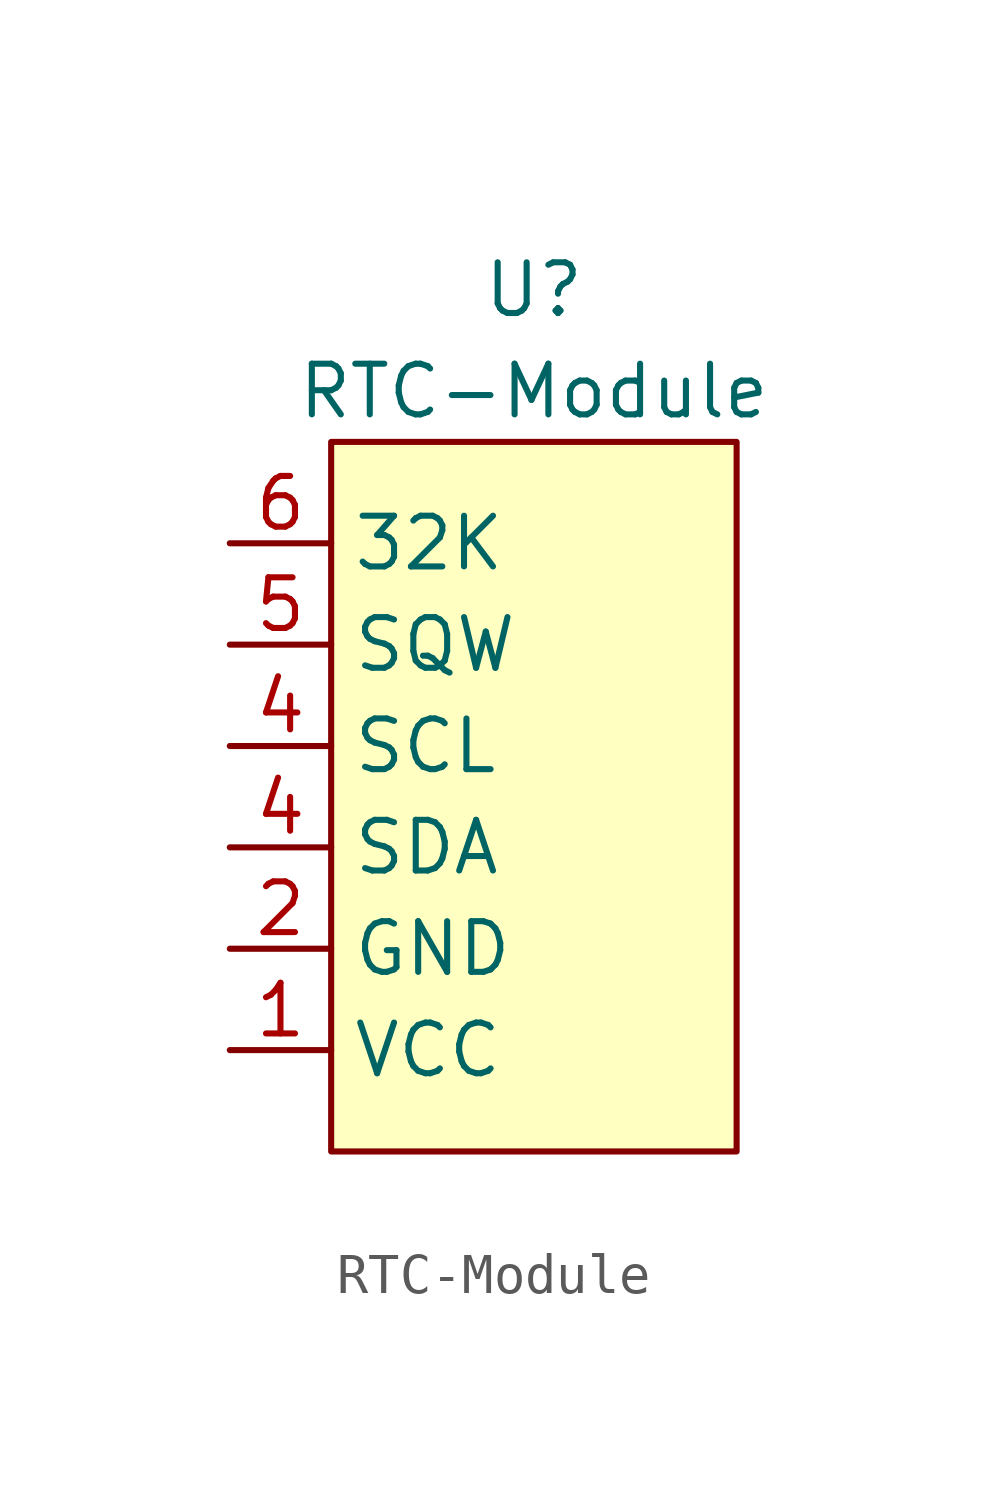
<source format=kicad_sym>
(kicad_symbol_lib
  (version 20220914)
  (generator kicad_symbol_editor)
  (symbol "RTC-Module"
    (property "Reference" "U"
      (at 0 3.81 0)
      (effects (font (size 1.27 1.27))))
    (property "Value" "RTC-Module"
      (at 0 1.27 0)
      (effects (font (size 1.27 1.27))))
    (symbol "RTC-Module_1_1"
      (rectangle (start -5.08 0) (end 5.08 -17.78) (stroke (width 0) (type default)) (fill (type background)))
      (pin power_in line (at -7.62 -15.24 0) (length 2.54) (name "VCC" (effects (font (size 1.27 1.27)))) (number "1" (effects (font (size 1.27 1.27)))))
      (pin passive line (at -7.62 -12.7 0) (length 2.54) (name "GND" (effects (font (size 1.27 1.27)))) (number "2" (effects (font (size 1.27 1.27)))))
      (pin bidirectional line (at -7.62 -7.62 0) (length 2.54) (name "SCL" (effects (font (size 1.27 1.27)))) (number "4" (effects (font (size 1.27 1.27)))))
      (pin bidirectional line (at -7.62 -10.16 0) (length 2.54) (name "SDA" (effects (font (size 1.27 1.27)))) (number "4" (effects (font (size 1.27 1.27)))))
      (pin output line (at -7.62 -5.08 0) (length 2.54) (name "SQW" (effects (font (size 1.27 1.27)))) (number "5" (effects (font (size 1.27 1.27)))))
      (pin output line (at -7.62 -2.54 0) (length 2.54) (name "32K" (effects (font (size 1.27 1.27)))) (number "6" (effects (font (size 1.27 1.27))))))))
</source>
